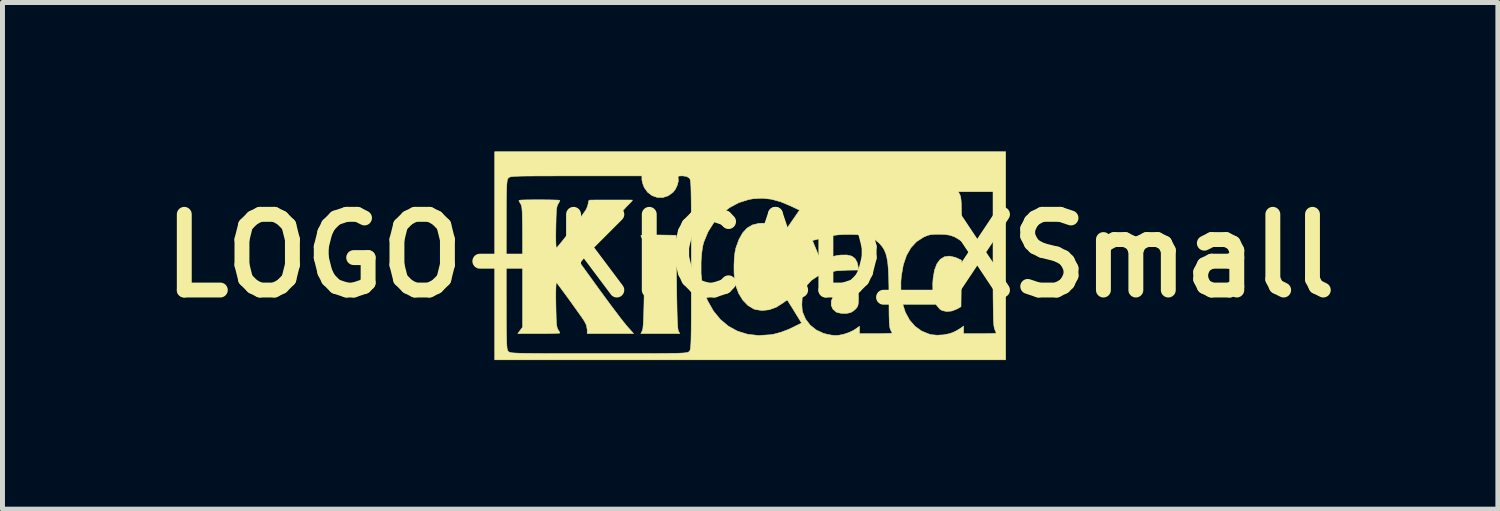
<source format=kicad_pcb>
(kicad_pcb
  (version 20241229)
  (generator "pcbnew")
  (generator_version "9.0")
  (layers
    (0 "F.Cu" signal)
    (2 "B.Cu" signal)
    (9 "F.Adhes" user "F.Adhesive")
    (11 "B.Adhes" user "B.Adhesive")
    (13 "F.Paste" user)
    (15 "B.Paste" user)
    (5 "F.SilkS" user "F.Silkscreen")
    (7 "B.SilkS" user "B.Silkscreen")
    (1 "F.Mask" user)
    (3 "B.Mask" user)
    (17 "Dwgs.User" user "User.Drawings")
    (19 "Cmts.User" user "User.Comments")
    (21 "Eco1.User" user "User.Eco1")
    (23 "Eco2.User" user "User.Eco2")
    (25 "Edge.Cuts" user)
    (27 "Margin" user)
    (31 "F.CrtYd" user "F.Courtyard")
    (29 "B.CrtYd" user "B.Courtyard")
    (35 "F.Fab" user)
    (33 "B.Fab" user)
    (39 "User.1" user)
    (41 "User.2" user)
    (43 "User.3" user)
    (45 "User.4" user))
  (footprint "LOGO-KICAD_XSmall"
    (layer "F.Cu")
    (at 12.054 2.1)
    (property "Reference" "LOGO-KICAD_XSmall" (at 0 0 0) (layer "F.SilkS") (effects (font (size 1.524 1.524) (thickness 0.3))))
    (attr through_hole)
    (fp_poly (pts (xy 4.125 0.031) (xy 4.178 0.053) (xy 4.255 0.09) (xy 4.244 1.025) (xy 4.159 1.073) (xy 4.062 1.111) (xy 3.961 1.122) (xy 3.871 1.104) (xy 3.823 1.078) (xy 3.752 0.995) (xy 3.704 0.879) (xy 3.678 0.73) (xy 3.676 0.55) (xy 3.684 0.448) (xy 3.712 0.286) (xy 3.76 0.161) (xy 3.826 0.072) (xy 3.91 0.02) (xy 4.01 0.006) (xy 4.125 0.031)) (stroke (width 0.01) (type solid)) (fill yes) (layer "F.SilkS"))
    (fp_poly (pts (xy 2.133 0.691) (xy 2.157 0.701) (xy 2.172 0.721) (xy 2.178 0.762) (xy 2.18 0.833) (xy 2.18 0.857) (xy 2.178 0.941) (xy 2.17 0.996) (xy 2.153 1.034) (xy 2.128 1.066) (xy 2.076 1.111) (xy 2.023 1.143) (xy 2.021 1.143) (xy 1.938 1.161) (xy 1.844 1.16) (xy 1.759 1.143) (xy 1.731 1.131) (xy 1.665 1.074) (xy 1.632 0.998) (xy 1.632 0.913) (xy 1.667 0.83) (xy 1.684 0.806) (xy 1.756 0.749) (xy 1.854 0.707) (xy 1.965 0.683) (xy 2.075 0.681) (xy 2.133 0.691)) (stroke (width 0.01) (type solid)) (fill yes) (layer "F.SilkS"))
    (fp_poly (pts (xy -1.847 -0.419) (xy -1.492 -0.413) (xy -1.482 0.529) (xy -1.479 0.77) (xy -1.475 0.971) (xy -1.472 1.136) (xy -1.468 1.268) (xy -1.463 1.369) (xy -1.458 1.442) (xy -1.452 1.49) (xy -1.445 1.516) (xy -1.444 1.519) (xy -1.417 1.566) (xy -2.202 1.566) (xy -2.17 1.504) (xy -2.161 1.466) (xy -2.154 1.391) (xy -2.148 1.286) (xy -2.143 1.155) (xy -2.139 1.005) (xy -2.136 0.841) (xy -2.135 0.668) (xy -2.135 0.493) (xy -2.136 0.321) (xy -2.139 0.157) (xy -2.142 0.007) (xy -2.147 -0.123) (xy -2.153 -0.228) (xy -2.161 -0.301) (xy -2.169 -0.338) (xy -2.17 -0.339) (xy -2.192 -0.382) (xy -2.201 -0.408) (xy -2.181 -0.413) (xy -2.126 -0.417) (xy -2.042 -0.419) (xy -1.937 -0.419) (xy -1.847 -0.419)) (stroke (width 0.01) (type solid)) (fill yes) (layer "F.SilkS"))
    (fp_poly (pts (xy -4.158 -1.127) (xy -4.05 -1.126) (xy -3.956 -1.124) (xy -3.883 -1.122) (xy -3.84 -1.118) (xy -3.831 -1.116) (xy -3.842 -1.088) (xy -3.867 -1.044) (xy -3.868 -1.043) (xy -3.881 -1.017) (xy -3.891 -0.983) (xy -3.899 -0.932) (xy -3.904 -0.86) (xy -3.908 -0.76) (xy -3.911 -0.627) (xy -3.912 -0.562) (xy -3.914 -0.399) (xy -3.913 -0.278) (xy -3.909 -0.198) (xy -3.903 -0.161) (xy -3.898 -0.159) (xy -3.866 -0.195) (xy -3.815 -0.257) (xy -3.749 -0.339) (xy -3.674 -0.435) (xy -3.594 -0.538) (xy -3.515 -0.641) (xy -3.442 -0.738) (xy -3.379 -0.823) (xy -3.331 -0.89) (xy -3.303 -0.931) (xy -3.301 -0.936) (xy -3.274 -0.999) (xy -3.26 -1.058) (xy -3.26 -1.068) (xy -3.249 -1.111) (xy -3.228 -1.122) (xy -3.197 -1.122) (xy -3.132 -1.123) (xy -3.042 -1.123) (xy -2.934 -1.123) (xy -2.818 -1.123) (xy -2.7 -1.123) (xy -2.589 -1.123) (xy -2.493 -1.123) (xy -2.42 -1.123) (xy -2.378 -1.122) (xy -2.372 -1.122) (xy -2.376 -1.109) (xy -2.406 -1.074) (xy -2.455 -1.025) (xy -2.467 -1.013) (xy -2.509 -0.969) (xy -2.573 -0.898) (xy -2.655 -0.803) (xy -2.75 -0.69) (xy -2.854 -0.565) (xy -2.963 -0.432) (xy -3.004 -0.381) (xy -3.427 0.143) (xy -3.015 0.712) (xy -2.909 0.856) (xy -2.806 0.996) (xy -2.708 1.126) (xy -2.621 1.241) (xy -2.548 1.334) (xy -2.493 1.402) (xy -2.475 1.423) (xy -2.347 1.566) (xy -3.281 1.566) (xy -3.281 1.486) (xy -3.299 1.393) (xy -3.341 1.311) (xy -3.369 1.269) (xy -3.416 1.202) (xy -3.477 1.116) (xy -3.547 1.018) (xy -3.621 0.915) (xy -3.695 0.813) (xy -3.765 0.718) (xy -3.825 0.637) (xy -3.87 0.576) (xy -3.897 0.543) (xy -3.899 0.54) (xy -3.906 0.553) (xy -3.91 0.605) (xy -3.913 0.694) (xy -3.914 0.817) (xy -3.912 0.971) (xy -3.912 0.975) (xy -3.909 1.129) (xy -3.906 1.247) (xy -3.902 1.335) (xy -3.896 1.397) (xy -3.888 1.44) (xy -3.878 1.471) (xy -3.868 1.487) (xy -3.842 1.53) (xy -3.831 1.555) (xy -3.831 1.555) (xy -3.851 1.558) (xy -3.907 1.561) (xy -3.993 1.564) (xy -4.102 1.566) (xy -4.228 1.566) (xy -4.255 1.566) (xy -4.679 1.566) (xy -4.631 1.501) (xy -4.583 1.436) (xy -4.583 0.225) (xy -4.583 -0.032) (xy -4.583 -0.251) (xy -4.583 -0.434) (xy -4.584 -0.584) (xy -4.586 -0.706) (xy -4.588 -0.803) (xy -4.59 -0.877) (xy -4.594 -0.934) (xy -4.598 -0.975) (xy -4.604 -1.004) (xy -4.611 -1.025) (xy -4.619 -1.041) (xy -4.624 -1.049) (xy -4.648 -1.091) (xy -4.656 -1.116) (xy -4.655 -1.117) (xy -4.63 -1.121) (xy -4.571 -1.124) (xy -4.486 -1.126) (xy -4.384 -1.127) (xy -4.272 -1.127) (xy -4.158 -1.127)) (stroke (width 0.01) (type solid)) (fill yes) (layer "F.SilkS"))
    (fp_poly (pts (xy 5.144 2.095) (xy -5.144 2.095) (xy -5.144 0.18) (xy -4.911 0.18) (xy -4.911 0.488) (xy -4.911 0.757) (xy -4.91 0.989) (xy -4.91 1.187) (xy -4.909 1.354) (xy -4.908 1.493) (xy -4.906 1.606) (xy -4.904 1.696) (xy -4.902 1.766) (xy -4.898 1.819) (xy -4.895 1.858) (xy -4.89 1.885) (xy -4.884 1.903) (xy -4.878 1.915) (xy -4.871 1.924) (xy -4.868 1.926) (xy -4.86 1.934) (xy -4.849 1.94) (xy -4.833 1.946) (xy -4.81 1.951) (xy -4.775 1.955) (xy -4.728 1.958) (xy -4.664 1.961) (xy -4.581 1.963) (xy -4.477 1.965) (xy -4.349 1.966) (xy -4.194 1.967) (xy -4.008 1.968) (xy -3.791 1.968) (xy -3.538 1.968) (xy -3.248 1.968) (xy -3.048 1.968) (xy -2.733 1.968) (xy -2.457 1.968) (xy -2.218 1.968) (xy -2.013 1.968) (xy -1.84 1.967) (xy -1.695 1.966) (xy -1.576 1.964) (xy -1.481 1.963) (xy -1.406 1.96) (xy -1.348 1.957) (xy -1.306 1.953) (xy -1.276 1.949) (xy -1.256 1.944) (xy -1.242 1.938) (xy -1.233 1.931) (xy -1.228 1.926) (xy -1.22 1.918) (xy -1.213 1.907) (xy -1.208 1.891) (xy -1.203 1.866) (xy -1.199 1.831) (xy -1.195 1.782) (xy -1.192 1.717) (xy -1.19 1.633) (xy -1.188 1.527) (xy -1.187 1.395) (xy -1.186 1.237) (xy -1.186 1.047) (xy -1.186 0.825) (xy -1.185 0.567) (xy -1.185 0.358) (xy -0.989 0.358) (xy -0.967 0.56) (xy -0.921 0.745) (xy -0.858 0.904) (xy -0.741 1.11) (xy -0.6 1.282) (xy -0.437 1.418) (xy -0.254 1.518) (xy -0.052 1.58) (xy 0.167 1.605) (xy 0.402 1.59) (xy 0.48 1.577) (xy 0.622 1.539) (xy 0.777 1.48) (xy 0.84 1.45) (xy 1.035 1.354) (xy 0.895 1.127) (xy 0.842 1.04) (xy 0.805 0.982) (xy 1.04 0.982) (xy 1.047 1.091) (xy 1.056 1.136) (xy 1.115 1.275) (xy 1.208 1.396) (xy 1.329 1.493) (xy 1.472 1.56) (xy 1.542 1.579) (xy 1.641 1.598) (xy 1.718 1.605) (xy 1.79 1.599) (xy 1.877 1.581) (xy 1.895 1.576) (xy 1.983 1.547) (xy 2.069 1.507) (xy 2.111 1.482) (xy 2.201 1.419) (xy 2.201 1.566) (xy 2.529 1.566) (xy 2.642 1.566) (xy 2.738 1.564) (xy 2.81 1.562) (xy 2.851 1.56) (xy 2.857 1.558) (xy 2.849 1.536) (xy 2.827 1.492) (xy 2.826 1.489) (xy 2.816 1.464) (xy 2.809 1.425) (xy 2.803 1.368) (xy 2.799 1.289) (xy 2.796 1.182) (xy 2.795 1.044) (xy 2.794 0.868) (xy 2.794 0.847) (xy 2.793 0.618) (xy 2.791 0.519) (xy 3.034 0.519) (xy 3.035 0.747) (xy 3.065 0.953) (xy 3.123 1.136) (xy 3.208 1.293) (xy 3.319 1.42) (xy 3.453 1.516) (xy 3.609 1.579) (xy 3.648 1.588) (xy 3.76 1.599) (xy 3.887 1.592) (xy 4.008 1.569) (xy 4.081 1.544) (xy 4.153 1.509) (xy 4.219 1.47) (xy 4.234 1.46) (xy 4.297 1.415) (xy 4.297 1.566) (xy 4.625 1.566) (xy 4.737 1.566) (xy 4.833 1.565) (xy 4.905 1.562) (xy 4.946 1.56) (xy 4.953 1.558) (xy 4.946 1.536) (xy 4.927 1.489) (xy 4.921 1.474) (xy 4.915 1.454) (xy 4.909 1.424) (xy 4.904 1.381) (xy 4.9 1.322) (xy 4.897 1.244) (xy 4.895 1.145) (xy 4.893 1.02) (xy 4.891 0.867) (xy 4.89 0.683) (xy 4.89 0.464) (xy 4.89 0.208) (xy 4.889 0.054) (xy 4.889 -1.291) (xy 4.19 -1.291) (xy 4.222 -1.229) (xy 4.234 -1.198) (xy 4.242 -1.154) (xy 4.248 -1.09) (xy 4.252 -1.001) (xy 4.254 -0.881) (xy 4.255 -0.73) (xy 4.255 -0.293) (xy 4.196 -0.334) (xy 4.111 -0.383) (xy 4.022 -0.414) (xy 3.916 -0.43) (xy 3.799 -0.434) (xy 3.7 -0.432) (xy 3.628 -0.425) (xy 3.568 -0.409) (xy 3.504 -0.382) (xy 3.489 -0.375) (xy 3.35 -0.285) (xy 3.236 -0.162) (xy 3.147 -0.007) (xy 3.083 0.181) (xy 3.044 0.403) (xy 3.034 0.519) (xy 2.791 0.519) (xy 2.789 0.428) (xy 2.781 0.27) (xy 2.77 0.141) (xy 2.752 0.036) (xy 2.729 -0.05) (xy 2.699 -0.12) (xy 2.661 -0.181) (xy 2.615 -0.236) (xy 2.591 -0.26) (xy 2.511 -0.326) (xy 2.425 -0.374) (xy 2.324 -0.406) (xy 2.201 -0.424) (xy 2.046 -0.43) (xy 2 -0.43) (xy 1.869 -0.428) (xy 1.764 -0.421) (xy 1.668 -0.409) (xy 1.566 -0.387) (xy 1.489 -0.368) (xy 1.253 -0.307) (xy 1.338 -0.103) (xy 1.422 0.101) (xy 1.55 0.049) (xy 1.645 0.018) (xy 1.753 -0.006) (xy 1.823 -0.015) (xy 1.95 -0.016) (xy 2.046 0.007) (xy 2.112 0.057) (xy 2.155 0.136) (xy 2.171 0.206) (xy 2.184 0.287) (xy 1.965 0.289) (xy 1.732 0.303) (xy 1.532 0.341) (xy 1.366 0.405) (xy 1.232 0.494) (xy 1.13 0.608) (xy 1.095 0.667) (xy 1.065 0.753) (xy 1.046 0.864) (xy 1.04 0.982) (xy 0.805 0.982) (xy 0.796 0.968) (xy 0.764 0.916) (xy 0.749 0.892) (xy 0.749 0.892) (xy 0.73 0.899) (xy 0.69 0.927) (xy 0.659 0.95) (xy 0.525 1.035) (xy 0.383 1.086) (xy 0.241 1.102) (xy 0.107 1.082) (xy 0.068 1.068) (xy -0.047 0.998) (xy -0.148 0.893) (xy -0.231 0.758) (xy -0.291 0.6) (xy -0.298 0.572) (xy -0.315 0.468) (xy -0.325 0.339) (xy -0.326 0.198) (xy -0.32 0.059) (xy -0.307 -0.066) (xy -0.288 -0.158) (xy -0.226 -0.329) (xy -0.151 -0.462) (xy -0.062 -0.558) (xy 0.045 -0.621) (xy 0.172 -0.652) (xy 0.254 -0.656) (xy 0.399 -0.641) (xy 0.527 -0.591) (xy 0.609 -0.537) (xy 0.658 -0.506) (xy 0.693 -0.497) (xy 0.699 -0.5) (xy 0.718 -0.524) (xy 0.755 -0.575) (xy 0.805 -0.646) (xy 0.855 -0.719) (xy 0.993 -0.919) (xy 0.82 -1.001) (xy 0.615 -1.087) (xy 0.426 -1.139) (xy 0.245 -1.159) (xy 0.062 -1.149) (xy -0.032 -1.132) (xy -0.231 -1.069) (xy -0.417 -0.969) (xy -0.584 -0.836) (xy -0.729 -0.673) (xy -0.847 -0.486) (xy -0.934 -0.277) (xy -0.941 -0.254) (xy -0.958 -0.18) (xy -0.973 -0.076) (xy -0.984 0.046) (xy -0.989 0.128) (xy -0.989 0.358) (xy -1.185 0.358) (xy -1.185 0.27) (xy -1.185 0.18) (xy -1.185 -0.128) (xy -1.185 -0.397) (xy -1.186 -0.629) (xy -1.186 -0.827) (xy -1.187 -0.994) (xy -1.188 -1.133) (xy -1.19 -1.246) (xy -1.192 -1.336) (xy -1.194 -1.406) (xy -1.198 -1.459) (xy -1.201 -1.498) (xy -1.206 -1.525) (xy -1.212 -1.543) (xy -1.218 -1.555) (xy -1.225 -1.564) (xy -1.228 -1.566) (xy -1.28 -1.598) (xy -1.359 -1.609) (xy -1.367 -1.609) (xy -1.425 -1.607) (xy -1.451 -1.598) (xy -1.453 -1.577) (xy -1.45 -1.567) (xy -1.447 -1.502) (xy -1.468 -1.421) (xy -1.506 -1.34) (xy -1.553 -1.279) (xy -1.651 -1.208) (xy -1.759 -1.173) (xy -1.869 -1.175) (xy -1.974 -1.211) (xy -2.065 -1.28) (xy -2.133 -1.375) (xy -2.161 -1.447) (xy -2.178 -1.516) (xy -2.18 -1.539) (xy -2.18 -1.609) (xy -3.503 -1.609) (xy -3.772 -1.609) (xy -4.003 -1.608) (xy -4.197 -1.608) (xy -4.358 -1.607) (xy -4.49 -1.606) (xy -4.596 -1.605) (xy -4.678 -1.602) (xy -4.741 -1.599) (xy -4.786 -1.595) (xy -4.818 -1.591) (xy -4.84 -1.585) (xy -4.854 -1.578) (xy -4.865 -1.57) (xy -4.868 -1.566) (xy -4.876 -1.558) (xy -4.883 -1.547) (xy -4.888 -1.531) (xy -4.893 -1.506) (xy -4.897 -1.471) (xy -4.901 -1.423) (xy -4.904 -1.357) (xy -4.906 -1.273) (xy -4.908 -1.167) (xy -4.909 -1.036) (xy -4.91 -0.877) (xy -4.91 -0.688) (xy -4.91 -0.465) (xy -4.911 -0.207) (xy -4.911 0.09) (xy -4.911 0.18) (xy -5.144 0.18) (xy -5.144 -2.095) (xy 5.144 -2.095) (xy 5.144 2.095)) (stroke (width 0.01) (type solid)) (fill yes) (layer "F.SilkS")))
  (gr_rect
    (start -3 -3)
    (end 27.108 7.201)
    (stroke (width 0.1) (type default))
    (fill no)
    (layer "Edge.Cuts")))
</source>
